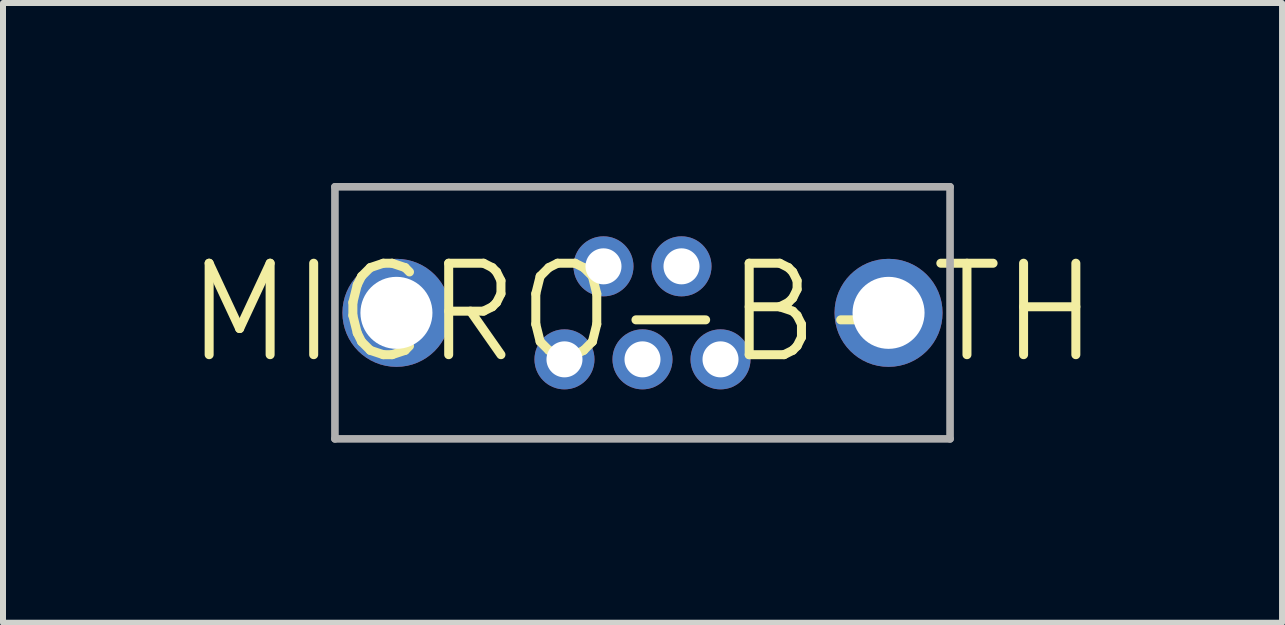
<source format=kicad_pcb>
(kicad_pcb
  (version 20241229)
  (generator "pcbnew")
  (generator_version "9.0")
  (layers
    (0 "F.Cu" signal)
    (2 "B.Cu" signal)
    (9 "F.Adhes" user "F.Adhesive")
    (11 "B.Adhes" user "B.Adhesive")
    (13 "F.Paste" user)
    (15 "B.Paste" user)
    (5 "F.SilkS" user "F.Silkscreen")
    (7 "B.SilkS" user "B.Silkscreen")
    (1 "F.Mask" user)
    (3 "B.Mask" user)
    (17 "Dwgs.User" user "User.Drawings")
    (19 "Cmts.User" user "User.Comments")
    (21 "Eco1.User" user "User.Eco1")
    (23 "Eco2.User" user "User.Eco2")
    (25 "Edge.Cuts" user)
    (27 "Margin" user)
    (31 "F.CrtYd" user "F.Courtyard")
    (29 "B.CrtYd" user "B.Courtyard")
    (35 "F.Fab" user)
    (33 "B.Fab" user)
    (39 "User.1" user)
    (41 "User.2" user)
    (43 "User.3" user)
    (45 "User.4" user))
  (footprint "MICRO-B-TH"
    (layer "F.Cu")
    (at 7.656 2.163)
    (property "Reference" "MICRO-B-TH" (at 0 0 0) (layer "F.SilkS") (effects (font (size 1.524 1.524) (thickness 0.15))))
    (attr through_hole)
    (fp_line (start -5.125 -2.1) (end 5.125 -2.1) (stroke (width 0.127) (type solid)) (layer "F.Fab"))
    (fp_line (start -5.125 2.1) (end -5.125 -2.1) (stroke (width 0.127) (type solid)) (layer "F.Fab"))
    (fp_line (start -5.125 2.1) (end 5.125 2.1) (stroke (width 0.127) (type solid)) (layer "F.Fab"))
    (fp_line (start 5.125 2.1) (end 5.125 -2.1) (stroke (width 0.127) (type solid)) (layer "F.Fab"))
    (pad "1" thru_hole circle (at 1.3 0.775) (size 1 1) (drill 0.6) (layers "*.Cu" "*.Mask"))
    (pad "2" thru_hole circle (at 0.65 -0.775) (size 1 1) (drill 0.6) (layers "*.Cu" "*.Mask"))
    (pad "3" thru_hole circle (at 0 0.775) (size 1 1) (drill 0.6) (layers "*.Cu" "*.Mask"))
    (pad "4" thru_hole circle (at -0.65 -0.775) (size 1 1) (drill 0.6) (layers "*.Cu" "*.Mask"))
    (pad "5" thru_hole circle (at -1.3 0.775) (size 1 1) (drill 0.6) (layers "*.Cu" "*.Mask"))
    (pad "~" thru_hole circle (at -4.1 0 90) (size 1.8 1.8) (drill 1.2) (layers "*.Cu" "*.Mask"))
    (pad "~" thru_hole circle (at 4.1 0 90) (size 1.8 1.8) (drill 1.2) (layers "*.Cu" "*.Mask")))
  (gr_rect
    (start -3 -3)
    (end 18.313 7.327)
    (stroke (width 0.1) (type default))
    (fill no)
    (layer "Edge.Cuts")))
</source>
